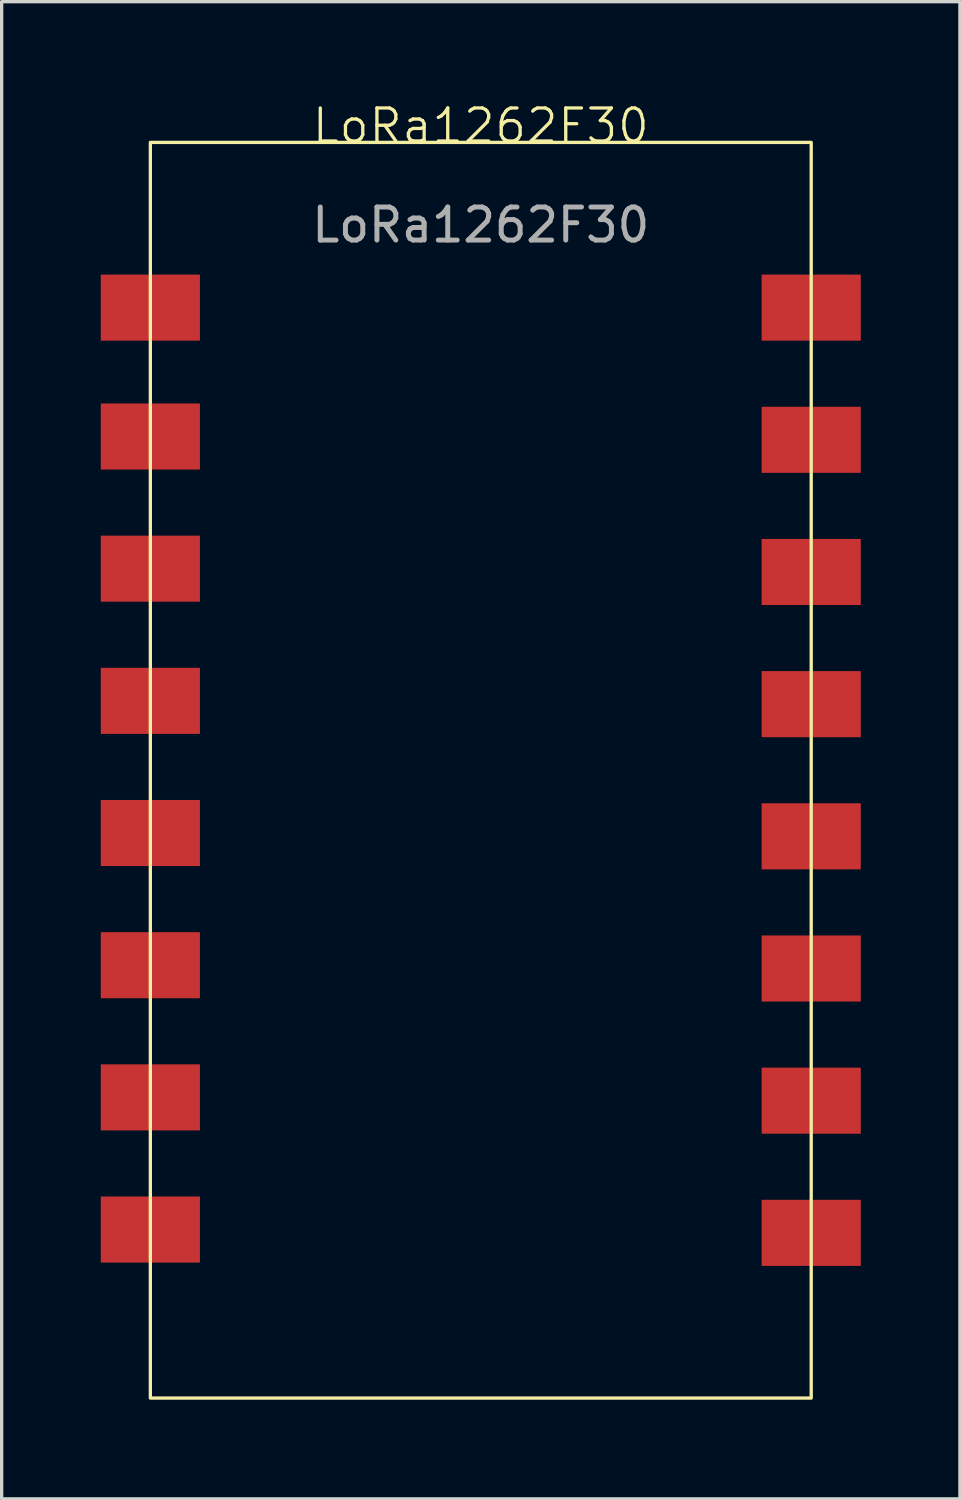
<source format=kicad_pcb>
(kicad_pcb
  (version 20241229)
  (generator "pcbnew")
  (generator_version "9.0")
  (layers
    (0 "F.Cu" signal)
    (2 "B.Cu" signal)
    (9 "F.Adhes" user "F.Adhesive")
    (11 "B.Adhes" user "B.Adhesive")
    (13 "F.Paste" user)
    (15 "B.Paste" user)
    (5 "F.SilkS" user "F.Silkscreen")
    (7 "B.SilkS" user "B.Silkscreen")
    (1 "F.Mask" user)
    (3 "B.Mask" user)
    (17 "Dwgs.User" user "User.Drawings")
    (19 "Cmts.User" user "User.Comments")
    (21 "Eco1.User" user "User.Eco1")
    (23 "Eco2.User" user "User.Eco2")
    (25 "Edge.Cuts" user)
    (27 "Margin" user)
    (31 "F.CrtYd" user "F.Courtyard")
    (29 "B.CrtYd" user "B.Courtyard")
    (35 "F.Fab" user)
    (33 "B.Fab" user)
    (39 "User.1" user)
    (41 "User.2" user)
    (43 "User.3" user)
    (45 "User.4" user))
  (footprint "LoRa1262F30"
    (layer "F.Cu")
    (at 11.5 1.26)
    (property "Reference" "LoRa1262F30" (at 0 -0.5 0) (unlocked yes) (layer "F.SilkS") (effects (font (size 1 1) (thickness 0.1))))
    (attr smd)
    (fp_rect (start -10 0) (end 10 38) (stroke (width 0.1) (type default)) (fill no) (layer "F.SilkS"))
    (fp_text user "${REFERENCE}" (at 0 2.5 0) (unlocked yes) (layer "F.Fab") (effects (font (size 1 1) (thickness 0.15))))
    (pad "1" smd rect (at 10 5) (size 3 2) (layers "F.Cu" "F.Mask" "F.Paste"))
    (pad "2" smd rect (at 10 9) (size 3 2) (layers "F.Cu" "F.Mask" "F.Paste"))
    (pad "3" smd rect (at 10 13) (size 3 2) (layers "F.Cu" "F.Mask" "F.Paste"))
    (pad "4" smd rect (at 10 17) (size 3 2) (layers "F.Cu" "F.Mask" "F.Paste"))
    (pad "5" smd rect (at 10 21) (size 3 2) (layers "F.Cu" "F.Mask" "F.Paste"))
    (pad "6" smd rect (at 10 25) (size 3 2) (layers "F.Cu" "F.Mask" "F.Paste"))
    (pad "7" smd rect (at 10 29) (size 3 2) (layers "F.Cu" "F.Mask" "F.Paste"))
    (pad "8" smd rect (at 10 33) (size 3 2) (layers "F.Cu" "F.Mask" "F.Paste"))
    (pad "9" smd rect (at -10 32.9) (size 3 2) (layers "F.Cu" "F.Mask" "F.Paste"))
    (pad "10" smd rect (at -10 28.9) (size 3 2) (layers "F.Cu" "F.Mask" "F.Paste"))
    (pad "11" smd rect (at -10 24.9) (size 3 2) (layers "F.Cu" "F.Mask" "F.Paste"))
    (pad "12" smd rect (at -10 20.9) (size 3 2) (layers "F.Cu" "F.Mask" "F.Paste"))
    (pad "13" smd rect (at -10 16.9) (size 3 2) (layers "F.Cu" "F.Mask" "F.Paste"))
    (pad "14" smd rect (at -10 12.9) (size 3 2) (layers "F.Cu" "F.Mask" "F.Paste"))
    (pad "15" smd rect (at -10 8.9) (size 3 2) (layers "F.Cu" "F.Mask" "F.Paste"))
    (pad "16" smd rect (at -10 5) (size 3 2) (layers "F.Cu" "F.Mask" "F.Paste")))
  (gr_rect
    (start -3 -3)
    (end 26 42.31)
    (stroke (width 0.1) (type default))
    (fill no)
    (layer "Edge.Cuts")))
</source>
